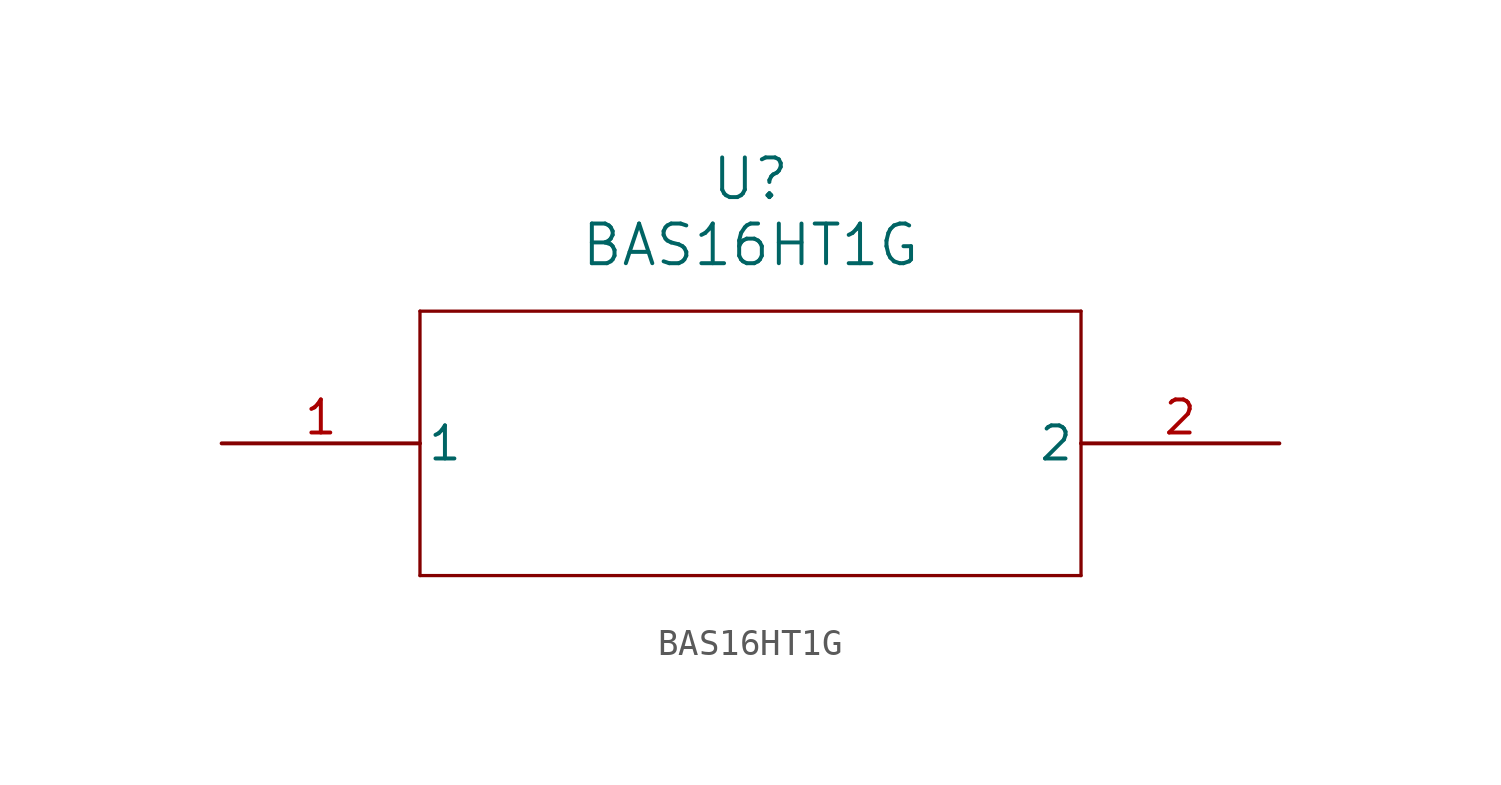
<source format=kicad_sym>
(kicad_symbol_lib
  (version 20211014)
  (generator kicad_symbol_editor)
  (symbol "BAS16HT1G"
    (pin_names
      (offset 0.254))
    (property "Reference" "U"
      (at 20.32 10.16 0)
      (effects (font (size 1.524 1.524))))
    (property "Value" "BAS16HT1G"
      (at 20.32 7.62 0)
      (effects (font (size 1.524 1.524))))
    (symbol "BAS16HT1G_0_1"
      (polyline (pts (xy 7.62 5.08) (xy 7.62 -5.08)) (stroke (width 0.127) (type default) (color 0 0 0 0)) (fill (type none)))
      (polyline (pts (xy 7.62 -5.08) (xy 33.02 -5.08)) (stroke (width 0.127) (type default) (color 0 0 0 0)) (fill (type none)))
      (polyline (pts (xy 33.02 -5.08) (xy 33.02 5.08)) (stroke (width 0.127) (type default) (color 0 0 0 0)) (fill (type none)))
      (polyline (pts (xy 33.02 5.08) (xy 7.62 5.08)) (stroke (width 0.127) (type default) (color 0 0 0 0)) (fill (type none)))
      (pin unspecified line (at 0 0 0) (length 7.62) (name "1" (effects (font (size 1.27 1.27)))) (number "1" (effects (font (size 1.27 1.27)))))
      (pin unspecified line (at 40.64 0 180) (length 7.62) (name "2" (effects (font (size 1.27 1.27)))) (number "2" (effects (font (size 1.27 1.27))))))))
</source>
